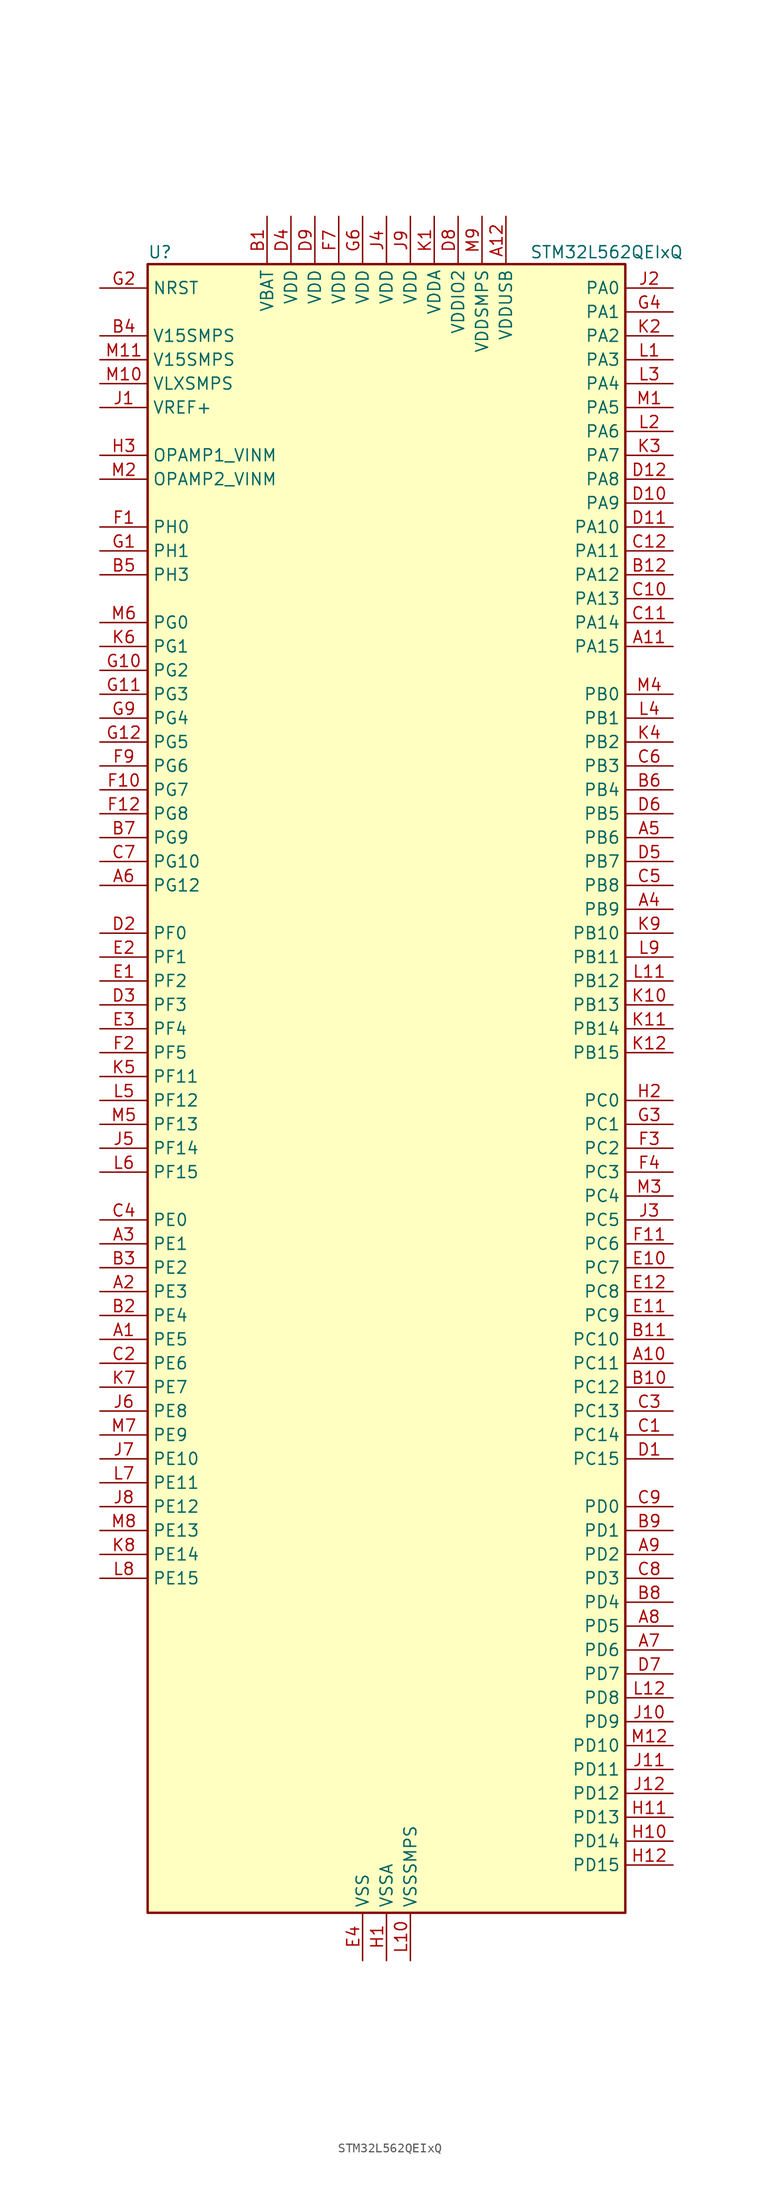
<source format=kicad_sym>
(kicad_symbol_lib
  (version 20231120)
  (generator "kicad_symbol_editor")
  (generator_version "8.0")
  (symbol "STM32L562QEIxQ"
    (property "Reference" "U"
      (at -25.4 90.17 0)
      (effects (font (size 1.27 1.27)) (justify left)))
    (property "Value" "STM32L562QEIxQ"
      (at 15.24 90.17 0)
      (effects (font (size 1.27 1.27)) (justify left)))
    (property "ki_locked" ""
      (at 0 0 0)
      (effects (font (size 1.27 1.27))))
    (symbol "STM32L562QEIxQ_0_1"
      (rectangle (start -25.4 -86.36) (end 25.4 88.9) (stroke (width 0.254) (type default)) (fill (type background))))
    (symbol "STM32L562QEIxQ_1_1"
      (pin bidirectional line (at -30.48 -25.4 0) (length 5.08) (name "PE5" (effects (font (size 1.27 1.27)))) (number "A1" (effects (font (size 1.27 1.27)))) (alternate "DEBUG_TRACED2" bidirectional line) (alternate "DFSDM1_CKIN3" bidirectional line) (alternate "FMC_A21" bidirectional line) (alternate "SAI1_CK2" bidirectional line) (alternate "SAI1_SCK_A" bidirectional line) (alternate "TIM3_CH3" bidirectional line) (alternate "TSC_G7_IO4" bidirectional line))
      (pin bidirectional line (at 30.48 -27.94 180) (length 5.08) (name "PC11" (effects (font (size 1.27 1.27)))) (number "A10" (effects (font (size 1.27 1.27)))) (alternate "ADC1_EXTI11" bidirectional line) (alternate "ADC2_EXTI11" bidirectional line) (alternate "LPTIM3_IN1" bidirectional line) (alternate "OCTOSPI1_NCS" bidirectional line) (alternate "SAI2_MCLK_B" bidirectional line) (alternate "SDMMC1_D3" bidirectional line) (alternate "SPI3_MISO" bidirectional line) (alternate "TSC_G3_IO3" bidirectional line) (alternate "UART4_RX" bidirectional line) (alternate "UCPD1_FRSTX2" bidirectional line) (alternate "USART3_RX" bidirectional line))
      (pin bidirectional line (at 30.48 48.26 180) (length 5.08) (name "PA15" (effects (font (size 1.27 1.27)))) (number "A11" (effects (font (size 1.27 1.27)))) (alternate "ADC1_EXTI15" bidirectional line) (alternate "ADC2_EXTI15" bidirectional line) (alternate "DEBUG_JTDI" bidirectional line) (alternate "SAI2_FS_B" bidirectional line) (alternate "SPI1_NSS" bidirectional line) (alternate "SPI3_NSS" bidirectional line) (alternate "TIM2_CH1" bidirectional line) (alternate "TIM2_ETR" bidirectional line) (alternate "UART4_DE" bidirectional line) (alternate "UART4_RTS" bidirectional line) (alternate "UCPD1_CC1" bidirectional line) (alternate "USART2_RX" bidirectional line) (alternate "USART3_DE" bidirectional line) (alternate "USART3_RTS" bidirectional line))
      (pin power_in line (at 12.7 93.98 270) (length 5.08) (name "VDDUSB" (effects (font (size 1.27 1.27)))) (number "A12" (effects (font (size 1.27 1.27)))))
      (pin bidirectional line (at -30.48 -20.32 0) (length 5.08) (name "PE3" (effects (font (size 1.27 1.27)))) (number "A2" (effects (font (size 1.27 1.27)))) (alternate "DEBUG_TRACED0" bidirectional line) (alternate "FMC_A19" bidirectional line) (alternate "OCTOSPI1_DQS" bidirectional line) (alternate "SAI1_SD_B" bidirectional line) (alternate "TIM3_CH1" bidirectional line) (alternate "TSC_G7_IO2" bidirectional line))
      (pin bidirectional line (at -30.48 -15.24 0) (length 5.08) (name "PE1" (effects (font (size 1.27 1.27)))) (number "A3" (effects (font (size 1.27 1.27)))) (alternate "FMC_NBL1" bidirectional line) (alternate "TIM17_CH1" bidirectional line))
      (pin bidirectional line (at 30.48 20.32 180) (length 5.08) (name "PB9" (effects (font (size 1.27 1.27)))) (number "A4" (effects (font (size 1.27 1.27)))) (alternate "DAC1_EXTI9" bidirectional line) (alternate "FDCAN1_TX" bidirectional line) (alternate "I2C1_SDA" bidirectional line) (alternate "IR_OUT" bidirectional line) (alternate "SAI1_D2" bidirectional line) (alternate "SAI1_FS_A" bidirectional line) (alternate "SDMMC1_CDIR" bidirectional line) (alternate "SDMMC1_D5" bidirectional line) (alternate "SPI2_NSS" bidirectional line) (alternate "TIM17_CH1" bidirectional line) (alternate "TIM4_CH4" bidirectional line))
      (pin bidirectional line (at 30.48 27.94 180) (length 5.08) (name "PB6" (effects (font (size 1.27 1.27)))) (number "A5" (effects (font (size 1.27 1.27)))) (alternate "COMP2_INP" bidirectional line) (alternate "I2C1_SCL" bidirectional line) (alternate "I2C4_SCL" bidirectional line) (alternate "LPTIM1_ETR" bidirectional line) (alternate "SAI1_FS_B" bidirectional line) (alternate "TIM16_CH1N" bidirectional line) (alternate "TIM4_CH1" bidirectional line) (alternate "TIM8_BKIN2" bidirectional line) (alternate "TSC_G2_IO3" bidirectional line) (alternate "USART1_TX" bidirectional line))
      (pin bidirectional line (at -30.48 22.86 0) (length 5.08) (name "PG12" (effects (font (size 1.27 1.27)))) (number "A6" (effects (font (size 1.27 1.27)))) (alternate "FMC_NE4" bidirectional line) (alternate "LPTIM1_ETR" bidirectional line) (alternate "SAI2_SD_A" bidirectional line) (alternate "SPI3_NSS" bidirectional line) (alternate "USART1_DE" bidirectional line) (alternate "USART1_RTS" bidirectional line))
      (pin bidirectional line (at 30.48 -58.42 180) (length 5.08) (name "PD6" (effects (font (size 1.27 1.27)))) (number "A7" (effects (font (size 1.27 1.27)))) (alternate "DFSDM1_DATIN1" bidirectional line) (alternate "FMC_NWAIT" bidirectional line) (alternate "OCTOSPI1_IO6" bidirectional line) (alternate "SAI1_D1" bidirectional line) (alternate "SAI1_SD_A" bidirectional line) (alternate "SPI3_MOSI" bidirectional line) (alternate "USART2_RX" bidirectional line))
      (pin bidirectional line (at 30.48 -55.88 180) (length 5.08) (name "PD5" (effects (font (size 1.27 1.27)))) (number "A8" (effects (font (size 1.27 1.27)))) (alternate "FMC_NWE" bidirectional line) (alternate "OCTOSPI1_IO5" bidirectional line) (alternate "USART2_TX" bidirectional line))
      (pin bidirectional line (at 30.48 -48.26 180) (length 5.08) (name "PD2" (effects (font (size 1.27 1.27)))) (number "A9" (effects (font (size 1.27 1.27)))) (alternate "DEBUG_TRACED2" bidirectional line) (alternate "SDMMC1_CMD" bidirectional line) (alternate "TIM3_ETR" bidirectional line) (alternate "TSC_SYNC" bidirectional line) (alternate "UART5_RX" bidirectional line) (alternate "USART3_DE" bidirectional line) (alternate "USART3_RTS" bidirectional line))
      (pin power_in line (at -12.7 93.98 270) (length 5.08) (name "VBAT" (effects (font (size 1.27 1.27)))) (number "B1" (effects (font (size 1.27 1.27)))))
      (pin bidirectional line (at 30.48 -30.48 180) (length 5.08) (name "PC12" (effects (font (size 1.27 1.27)))) (number "B10" (effects (font (size 1.27 1.27)))) (alternate "DEBUG_TRACED3" bidirectional line) (alternate "SAI2_SD_B" bidirectional line) (alternate "SDMMC1_CK" bidirectional line) (alternate "SPI3_MOSI" bidirectional line) (alternate "TSC_G3_IO4" bidirectional line) (alternate "UART5_TX" bidirectional line) (alternate "USART3_CK" bidirectional line))
      (pin bidirectional line (at 30.48 -25.4 180) (length 5.08) (name "PC10" (effects (font (size 1.27 1.27)))) (number "B11" (effects (font (size 1.27 1.27)))) (alternate "DEBUG_TRACED1" bidirectional line) (alternate "LPTIM3_ETR" bidirectional line) (alternate "SAI2_SCK_B" bidirectional line) (alternate "SDMMC1_D2" bidirectional line) (alternate "SPI3_SCK" bidirectional line) (alternate "TSC_G3_IO2" bidirectional line) (alternate "UART4_TX" bidirectional line) (alternate "USART3_TX" bidirectional line))
      (pin bidirectional line (at 30.48 55.88 180) (length 5.08) (name "PA12" (effects (font (size 1.27 1.27)))) (number "B12" (effects (font (size 1.27 1.27)))) (alternate "FDCAN1_TX" bidirectional line) (alternate "SPI1_MOSI" bidirectional line) (alternate "TIM1_ETR" bidirectional line) (alternate "USART1_DE" bidirectional line) (alternate "USART1_RTS" bidirectional line) (alternate "USB_DP" bidirectional line))
      (pin bidirectional line (at -30.48 -22.86 0) (length 5.08) (name "PE4" (effects (font (size 1.27 1.27)))) (number "B2" (effects (font (size 1.27 1.27)))) (alternate "DEBUG_TRACED1" bidirectional line) (alternate "DFSDM1_DATIN3" bidirectional line) (alternate "FMC_A20" bidirectional line) (alternate "SAI1_D2" bidirectional line) (alternate "SAI1_FS_A" bidirectional line) (alternate "TIM3_CH2" bidirectional line) (alternate "TSC_G7_IO3" bidirectional line))
      (pin bidirectional line (at -30.48 -17.78 0) (length 5.08) (name "PE2" (effects (font (size 1.27 1.27)))) (number "B3" (effects (font (size 1.27 1.27)))) (alternate "DEBUG_TRACECLK" bidirectional line) (alternate "FMC_A23" bidirectional line) (alternate "SAI1_CK1" bidirectional line) (alternate "SAI1_MCLK_A" bidirectional line) (alternate "TIM3_ETR" bidirectional line) (alternate "TSC_G7_IO1" bidirectional line))
      (pin power_in line (at -30.48 81.28 0) (length 5.08) (name "V15SMPS" (effects (font (size 1.27 1.27)))) (number "B4" (effects (font (size 1.27 1.27)))))
      (pin bidirectional line (at -30.48 55.88 0) (length 5.08) (name "PH3" (effects (font (size 1.27 1.27)))) (number "B5" (effects (font (size 1.27 1.27)))))
      (pin bidirectional line (at 30.48 33.02 180) (length 5.08) (name "PB4" (effects (font (size 1.27 1.27)))) (number "B6" (effects (font (size 1.27 1.27)))) (alternate "COMP2_INP" bidirectional line) (alternate "DEBUG_JTRST" bidirectional line) (alternate "I2C3_SDA" bidirectional line) (alternate "SAI1_MCLK_B" bidirectional line) (alternate "SPI1_MISO" bidirectional line) (alternate "SPI3_MISO" bidirectional line) (alternate "TIM17_BKIN" bidirectional line) (alternate "TIM3_CH1" bidirectional line) (alternate "TSC_G2_IO1" bidirectional line) (alternate "UART5_DE" bidirectional line) (alternate "UART5_RTS" bidirectional line) (alternate "USART1_CTS" bidirectional line) (alternate "USART1_NSS" bidirectional line))
      (pin bidirectional line (at -30.48 27.94 0) (length 5.08) (name "PG9" (effects (font (size 1.27 1.27)))) (number "B7" (effects (font (size 1.27 1.27)))) (alternate "DAC1_EXTI9" bidirectional line) (alternate "FMC_NCE" bidirectional line) (alternate "FMC_NE2" bidirectional line) (alternate "SAI2_SCK_A" bidirectional line) (alternate "SPI3_SCK" bidirectional line) (alternate "TIM15_CH1N" bidirectional line) (alternate "USART1_TX" bidirectional line))
      (pin bidirectional line (at 30.48 -53.34 180) (length 5.08) (name "PD4" (effects (font (size 1.27 1.27)))) (number "B8" (effects (font (size 1.27 1.27)))) (alternate "DFSDM1_CKIN0" bidirectional line) (alternate "FMC_NOE" bidirectional line) (alternate "OCTOSPI1_IO4" bidirectional line) (alternate "SPI2_MOSI" bidirectional line) (alternate "USART2_DE" bidirectional line) (alternate "USART2_RTS" bidirectional line))
      (pin bidirectional line (at 30.48 -45.72 180) (length 5.08) (name "PD1" (effects (font (size 1.27 1.27)))) (number "B9" (effects (font (size 1.27 1.27)))) (alternate "FDCAN1_TX" bidirectional line) (alternate "FMC_D3" bidirectional line) (alternate "FMC_DA3" bidirectional line) (alternate "SPI2_SCK" bidirectional line))
      (pin bidirectional line (at 30.48 -35.56 180) (length 5.08) (name "PC14" (effects (font (size 1.27 1.27)))) (number "C1" (effects (font (size 1.27 1.27)))) (alternate "RCC_OSC32_IN" bidirectional line))
      (pin bidirectional line (at 30.48 53.34 180) (length 5.08) (name "PA13" (effects (font (size 1.27 1.27)))) (number "C10" (effects (font (size 1.27 1.27)))) (alternate "DEBUG_JTMS-SWDIO" bidirectional line) (alternate "IR_OUT" bidirectional line) (alternate "SAI1_SD_B" bidirectional line) (alternate "USB_NOE" bidirectional line))
      (pin bidirectional line (at 30.48 50.8 180) (length 5.08) (name "PA14" (effects (font (size 1.27 1.27)))) (number "C11" (effects (font (size 1.27 1.27)))) (alternate "DEBUG_JTCK-SWCLK" bidirectional line) (alternate "I2C1_SMBA" bidirectional line) (alternate "I2C4_SMBA" bidirectional line) (alternate "LPTIM1_OUT" bidirectional line) (alternate "SAI1_FS_B" bidirectional line))
      (pin bidirectional line (at 30.48 58.42 180) (length 5.08) (name "PA11" (effects (font (size 1.27 1.27)))) (number "C12" (effects (font (size 1.27 1.27)))) (alternate "ADC1_EXTI11" bidirectional line) (alternate "ADC2_EXTI11" bidirectional line) (alternate "FDCAN1_RX" bidirectional line) (alternate "SPI1_MISO" bidirectional line) (alternate "TIM1_BKIN2" bidirectional line) (alternate "TIM1_CH4" bidirectional line) (alternate "USART1_CTS" bidirectional line) (alternate "USART1_NSS" bidirectional line) (alternate "USB_DM" bidirectional line))
      (pin bidirectional line (at -30.48 -27.94 0) (length 5.08) (name "PE6" (effects (font (size 1.27 1.27)))) (number "C2" (effects (font (size 1.27 1.27)))) (alternate "DEBUG_TRACED3" bidirectional line) (alternate "FMC_A22" bidirectional line) (alternate "PWR_WKUP3" bidirectional line) (alternate "SAI1_D1" bidirectional line) (alternate "SAI1_SD_A" bidirectional line) (alternate "TAMP_IN3" bidirectional line) (alternate "TAMP_OUT6" bidirectional line) (alternate "TIM3_CH4" bidirectional line))
      (pin bidirectional line (at 30.48 -33.02 180) (length 5.08) (name "PC13" (effects (font (size 1.27 1.27)))) (number "C3" (effects (font (size 1.27 1.27)))) (alternate "PWR_WKUP2" bidirectional line) (alternate "RTC_OUT1" bidirectional line) (alternate "RTC_TS" bidirectional line) (alternate "TAMP_IN1" bidirectional line) (alternate "TAMP_OUT2" bidirectional line))
      (pin bidirectional line (at -30.48 -12.7 0) (length 5.08) (name "PE0" (effects (font (size 1.27 1.27)))) (number "C4" (effects (font (size 1.27 1.27)))) (alternate "FMC_NBL0" bidirectional line) (alternate "TIM16_CH1" bidirectional line) (alternate "TIM4_ETR" bidirectional line))
      (pin bidirectional line (at 30.48 22.86 180) (length 5.08) (name "PB8" (effects (font (size 1.27 1.27)))) (number "C5" (effects (font (size 1.27 1.27)))) (alternate "DFSDM1_CKOUT" bidirectional line) (alternate "FDCAN1_RX" bidirectional line) (alternate "I2C1_SCL" bidirectional line) (alternate "SAI1_CK1" bidirectional line) (alternate "SAI1_MCLK_A" bidirectional line) (alternate "SDMMC1_CKIN" bidirectional line) (alternate "SDMMC1_D4" bidirectional line) (alternate "TIM16_CH1" bidirectional line) (alternate "TIM4_CH3" bidirectional line))
      (pin bidirectional line (at 30.48 35.56 180) (length 5.08) (name "PB3" (effects (font (size 1.27 1.27)))) (number "C6" (effects (font (size 1.27 1.27)))) (alternate "COMP2_INM" bidirectional line) (alternate "CRS_SYNC" bidirectional line) (alternate "DEBUG_JTDO-SWO" bidirectional line) (alternate "SAI1_SCK_B" bidirectional line) (alternate "SPI1_SCK" bidirectional line) (alternate "SPI3_SCK" bidirectional line) (alternate "TIM2_CH2" bidirectional line) (alternate "USART1_DE" bidirectional line) (alternate "USART1_RTS" bidirectional line))
      (pin bidirectional line (at -30.48 25.4 0) (length 5.08) (name "PG10" (effects (font (size 1.27 1.27)))) (number "C7" (effects (font (size 1.27 1.27)))) (alternate "FMC_NE3" bidirectional line) (alternate "LPTIM1_IN1" bidirectional line) (alternate "SAI2_FS_A" bidirectional line) (alternate "SPI3_MISO" bidirectional line) (alternate "TIM15_CH1" bidirectional line) (alternate "USART1_RX" bidirectional line))
      (pin bidirectional line (at 30.48 -50.8 180) (length 5.08) (name "PD3" (effects (font (size 1.27 1.27)))) (number "C8" (effects (font (size 1.27 1.27)))) (alternate "DFSDM1_DATIN0" bidirectional line) (alternate "FMC_CLK" bidirectional line) (alternate "SPI2_MISO" bidirectional line) (alternate "SPI2_SCK" bidirectional line) (alternate "USART2_CTS" bidirectional line) (alternate "USART2_NSS" bidirectional line))
      (pin bidirectional line (at 30.48 -43.18 180) (length 5.08) (name "PD0" (effects (font (size 1.27 1.27)))) (number "C9" (effects (font (size 1.27 1.27)))) (alternate "FDCAN1_RX" bidirectional line) (alternate "FMC_D2" bidirectional line) (alternate "FMC_DA2" bidirectional line) (alternate "SPI2_NSS" bidirectional line))
      (pin bidirectional line (at 30.48 -38.1 180) (length 5.08) (name "PC15" (effects (font (size 1.27 1.27)))) (number "D1" (effects (font (size 1.27 1.27)))) (alternate "ADC1_EXTI15" bidirectional line) (alternate "ADC2_EXTI15" bidirectional line) (alternate "RCC_OSC32_OUT" bidirectional line))
      (pin bidirectional line (at 30.48 63.5 180) (length 5.08) (name "PA9" (effects (font (size 1.27 1.27)))) (number "D10" (effects (font (size 1.27 1.27)))) (alternate "DAC1_EXTI9" bidirectional line) (alternate "SAI1_FS_A" bidirectional line) (alternate "SPI2_SCK" bidirectional line) (alternate "TIM15_BKIN" bidirectional line) (alternate "TIM1_CH2" bidirectional line) (alternate "USART1_TX" bidirectional line))
      (pin bidirectional line (at 30.48 60.96 180) (length 5.08) (name "PA10" (effects (font (size 1.27 1.27)))) (number "D11" (effects (font (size 1.27 1.27)))) (alternate "CRS_SYNC" bidirectional line) (alternate "SAI1_D1" bidirectional line) (alternate "SAI1_SD_A" bidirectional line) (alternate "TIM17_BKIN" bidirectional line) (alternate "TIM1_CH3" bidirectional line) (alternate "USART1_RX" bidirectional line))
      (pin bidirectional line (at 30.48 66.04 180) (length 5.08) (name "PA8" (effects (font (size 1.27 1.27)))) (number "D12" (effects (font (size 1.27 1.27)))) (alternate "LPTIM2_OUT" bidirectional line) (alternate "RCC_MCO" bidirectional line) (alternate "SAI1_CK2" bidirectional line) (alternate "SAI1_SCK_A" bidirectional line) (alternate "TIM1_CH1" bidirectional line) (alternate "USART1_CK" bidirectional line))
      (pin bidirectional line (at -30.48 17.78 0) (length 5.08) (name "PF0" (effects (font (size 1.27 1.27)))) (number "D2" (effects (font (size 1.27 1.27)))) (alternate "FMC_A0" bidirectional line) (alternate "I2C2_SDA" bidirectional line))
      (pin bidirectional line (at -30.48 10.16 0) (length 5.08) (name "PF3" (effects (font (size 1.27 1.27)))) (number "D3" (effects (font (size 1.27 1.27)))) (alternate "FMC_A3" bidirectional line) (alternate "LPTIM3_IN1" bidirectional line))
      (pin power_in line (at -10.16 93.98 270) (length 5.08) (name "VDD" (effects (font (size 1.27 1.27)))) (number "D4" (effects (font (size 1.27 1.27)))))
      (pin bidirectional line (at 30.48 25.4 180) (length 5.08) (name "PB7" (effects (font (size 1.27 1.27)))) (number "D5" (effects (font (size 1.27 1.27)))) (alternate "COMP2_INM" bidirectional line) (alternate "FMC_NL" bidirectional line) (alternate "I2C1_SDA" bidirectional line) (alternate "I2C4_SDA" bidirectional line) (alternate "LPTIM1_IN2" bidirectional line) (alternate "PWR_PVD_IN" bidirectional line) (alternate "TIM17_CH1N" bidirectional line) (alternate "TIM4_CH2" bidirectional line) (alternate "TIM8_BKIN" bidirectional line) (alternate "TSC_G2_IO4" bidirectional line) (alternate "UART4_CTS" bidirectional line) (alternate "USART1_RX" bidirectional line))
      (pin bidirectional line (at 30.48 30.48 180) (length 5.08) (name "PB5" (effects (font (size 1.27 1.27)))) (number "D6" (effects (font (size 1.27 1.27)))) (alternate "COMP2_OUT" bidirectional line) (alternate "I2C1_SMBA" bidirectional line) (alternate "LPTIM1_IN1" bidirectional line) (alternate "OCTOSPI1_NCLK" bidirectional line) (alternate "SAI1_SD_B" bidirectional line) (alternate "SPI1_MOSI" bidirectional line) (alternate "SPI3_MOSI" bidirectional line) (alternate "TIM16_BKIN" bidirectional line) (alternate "TIM3_CH2" bidirectional line) (alternate "TSC_G2_IO2" bidirectional line) (alternate "UART5_CTS" bidirectional line) (alternate "UCPD1_DBCC1" bidirectional line) (alternate "USART1_CK" bidirectional line))
      (pin bidirectional line (at 30.48 -60.96 180) (length 5.08) (name "PD7" (effects (font (size 1.27 1.27)))) (number "D7" (effects (font (size 1.27 1.27)))) (alternate "DFSDM1_CKIN1" bidirectional line) (alternate "FMC_NCE" bidirectional line) (alternate "FMC_NE1" bidirectional line) (alternate "OCTOSPI1_IO7" bidirectional line) (alternate "USART2_CK" bidirectional line))
      (pin power_in line (at 7.62 93.98 270) (length 5.08) (name "VDDIO2" (effects (font (size 1.27 1.27)))) (number "D8" (effects (font (size 1.27 1.27)))))
      (pin power_in line (at -7.62 93.98 270) (length 5.08) (name "VDD" (effects (font (size 1.27 1.27)))) (number "D9" (effects (font (size 1.27 1.27)))))
      (pin bidirectional line (at -30.48 12.7 0) (length 5.08) (name "PF2" (effects (font (size 1.27 1.27)))) (number "E1" (effects (font (size 1.27 1.27)))) (alternate "FMC_A2" bidirectional line) (alternate "I2C2_SMBA" bidirectional line))
      (pin bidirectional line (at 30.48 -17.78 180) (length 5.08) (name "PC7" (effects (font (size 1.27 1.27)))) (number "E10" (effects (font (size 1.27 1.27)))) (alternate "DFSDM1_DATIN3" bidirectional line) (alternate "SAI2_MCLK_B" bidirectional line) (alternate "SDMMC1_D123DIR" bidirectional line) (alternate "SDMMC1_D7" bidirectional line) (alternate "TIM3_CH2" bidirectional line) (alternate "TIM8_CH2" bidirectional line) (alternate "TSC_G4_IO2" bidirectional line))
      (pin bidirectional line (at 30.48 -22.86 180) (length 5.08) (name "PC9" (effects (font (size 1.27 1.27)))) (number "E11" (effects (font (size 1.27 1.27)))) (alternate "DAC1_EXTI9" bidirectional line) (alternate "DEBUG_TRACED0" bidirectional line) (alternate "SAI2_EXTCLK" bidirectional line) (alternate "SDMMC1_D1" bidirectional line) (alternate "TIM3_CH4" bidirectional line) (alternate "TIM8_BKIN2" bidirectional line) (alternate "TIM8_CH4" bidirectional line) (alternate "TSC_G4_IO4" bidirectional line) (alternate "USB_NOE" bidirectional line))
      (pin bidirectional line (at 30.48 -20.32 180) (length 5.08) (name "PC8" (effects (font (size 1.27 1.27)))) (number "E12" (effects (font (size 1.27 1.27)))) (alternate "SDMMC1_D0" bidirectional line) (alternate "TIM3_CH3" bidirectional line) (alternate "TIM8_CH3" bidirectional line) (alternate "TSC_G4_IO3" bidirectional line))
      (pin bidirectional line (at -30.48 15.24 0) (length 5.08) (name "PF1" (effects (font (size 1.27 1.27)))) (number "E2" (effects (font (size 1.27 1.27)))) (alternate "FMC_A1" bidirectional line) (alternate "I2C2_SCL" bidirectional line))
      (pin bidirectional line (at -30.48 7.62 0) (length 5.08) (name "PF4" (effects (font (size 1.27 1.27)))) (number "E3" (effects (font (size 1.27 1.27)))) (alternate "FMC_A4" bidirectional line) (alternate "LPTIM3_ETR" bidirectional line))
      (pin power_in line (at -2.54 -91.44 90) (length 5.08) (name "VSS" (effects (font (size 1.27 1.27)))) (number "E4" (effects (font (size 1.27 1.27)))))
      (pin passive line (at -2.54 -91.44 90) (length 5.08) hide (name "VSS" (effects (font (size 1.27 1.27)))) (number "E9" (effects (font (size 1.27 1.27)))))
      (pin bidirectional line (at -30.48 60.96 0) (length 5.08) (name "PH0" (effects (font (size 1.27 1.27)))) (number "F1" (effects (font (size 1.27 1.27)))) (alternate "RCC_OSC_IN" bidirectional line))
      (pin bidirectional line (at -30.48 33.02 0) (length 5.08) (name "PG7" (effects (font (size 1.27 1.27)))) (number "F10" (effects (font (size 1.27 1.27)))) (alternate "DFSDM1_CKOUT" bidirectional line) (alternate "FMC_INT" bidirectional line) (alternate "I2C3_SCL" bidirectional line) (alternate "LPUART1_TX" bidirectional line) (alternate "SAI1_CK1" bidirectional line) (alternate "SAI1_MCLK_A" bidirectional line) (alternate "UCPD1_FRSTX2" bidirectional line))
      (pin bidirectional line (at 30.48 -15.24 180) (length 5.08) (name "PC6" (effects (font (size 1.27 1.27)))) (number "F11" (effects (font (size 1.27 1.27)))) (alternate "DFSDM1_CKIN3" bidirectional line) (alternate "SAI2_MCLK_A" bidirectional line) (alternate "SDMMC1_D0DIR" bidirectional line) (alternate "SDMMC1_D6" bidirectional line) (alternate "TIM3_CH1" bidirectional line) (alternate "TIM8_CH1" bidirectional line) (alternate "TSC_G4_IO1" bidirectional line))
      (pin bidirectional line (at -30.48 30.48 0) (length 5.08) (name "PG8" (effects (font (size 1.27 1.27)))) (number "F12" (effects (font (size 1.27 1.27)))) (alternate "I2C3_SDA" bidirectional line) (alternate "LPUART1_RX" bidirectional line))
      (pin bidirectional line (at -30.48 5.08 0) (length 5.08) (name "PF5" (effects (font (size 1.27 1.27)))) (number "F2" (effects (font (size 1.27 1.27)))) (alternate "FMC_A5" bidirectional line) (alternate "LPTIM3_OUT" bidirectional line))
      (pin bidirectional line (at 30.48 -5.08 180) (length 5.08) (name "PC2" (effects (font (size 1.27 1.27)))) (number "F3" (effects (font (size 1.27 1.27)))) (alternate "ADC1_IN3" bidirectional line) (alternate "ADC2_IN3" bidirectional line) (alternate "DFSDM1_CKOUT" bidirectional line) (alternate "LPTIM1_IN2" bidirectional line) (alternate "OCTOSPI1_IO5" bidirectional line) (alternate "SPI2_MISO" bidirectional line))
      (pin bidirectional line (at 30.48 -7.62 180) (length 5.08) (name "PC3" (effects (font (size 1.27 1.27)))) (number "F4" (effects (font (size 1.27 1.27)))) (alternate "ADC1_IN4" bidirectional line) (alternate "ADC2_IN4" bidirectional line) (alternate "LPTIM1_ETR" bidirectional line) (alternate "LPTIM2_ETR" bidirectional line) (alternate "LPTIM3_OUT" bidirectional line) (alternate "OCTOSPI1_IO6" bidirectional line) (alternate "SAI1_D1" bidirectional line) (alternate "SAI1_SD_A" bidirectional line) (alternate "SPI2_MOSI" bidirectional line))
      (pin passive line (at -2.54 -91.44 90) (length 5.08) hide (name "VSS" (effects (font (size 1.27 1.27)))) (number "F6" (effects (font (size 1.27 1.27)))))
      (pin power_in line (at -5.08 93.98 270) (length 5.08) (name "VDD" (effects (font (size 1.27 1.27)))) (number "F7" (effects (font (size 1.27 1.27)))))
      (pin bidirectional line (at -30.48 35.56 0) (length 5.08) (name "PG6" (effects (font (size 1.27 1.27)))) (number "F9" (effects (font (size 1.27 1.27)))) (alternate "I2C3_SMBA" bidirectional line) (alternate "LPUART1_DE" bidirectional line) (alternate "LPUART1_RTS" bidirectional line) (alternate "OCTOSPI1_DQS" bidirectional line) (alternate "UCPD1_FRSTX1" bidirectional line))
      (pin bidirectional line (at -30.48 58.42 0) (length 5.08) (name "PH1" (effects (font (size 1.27 1.27)))) (number "G1" (effects (font (size 1.27 1.27)))) (alternate "RCC_OSC_OUT" bidirectional line))
      (pin bidirectional line (at -30.48 45.72 0) (length 5.08) (name "PG2" (effects (font (size 1.27 1.27)))) (number "G10" (effects (font (size 1.27 1.27)))) (alternate "FMC_A12" bidirectional line) (alternate "SAI2_SCK_B" bidirectional line) (alternate "SPI1_SCK" bidirectional line))
      (pin bidirectional line (at -30.48 43.18 0) (length 5.08) (name "PG3" (effects (font (size 1.27 1.27)))) (number "G11" (effects (font (size 1.27 1.27)))) (alternate "FMC_A13" bidirectional line) (alternate "SAI2_FS_B" bidirectional line) (alternate "SPI1_MISO" bidirectional line))
      (pin bidirectional line (at -30.48 38.1 0) (length 5.08) (name "PG5" (effects (font (size 1.27 1.27)))) (number "G12" (effects (font (size 1.27 1.27)))) (alternate "FMC_A15" bidirectional line) (alternate "LPUART1_CTS" bidirectional line) (alternate "SAI2_SD_B" bidirectional line) (alternate "SPI1_NSS" bidirectional line))
      (pin input line (at -30.48 86.36 0) (length 5.08) (name "NRST" (effects (font (size 1.27 1.27)))) (number "G2" (effects (font (size 1.27 1.27)))))
      (pin bidirectional line (at 30.48 -2.54 180) (length 5.08) (name "PC1" (effects (font (size 1.27 1.27)))) (number "G3" (effects (font (size 1.27 1.27)))) (alternate "ADC1_IN2" bidirectional line) (alternate "ADC2_IN2" bidirectional line) (alternate "DEBUG_TRACED0" bidirectional line) (alternate "I2C3_SDA" bidirectional line) (alternate "LPTIM1_OUT" bidirectional line) (alternate "LPUART1_TX" bidirectional line) (alternate "OCTOSPI1_IO4" bidirectional line) (alternate "SAI1_SD_A" bidirectional line) (alternate "SPI2_MOSI" bidirectional line))
      (pin bidirectional line (at 30.48 83.82 180) (length 5.08) (name "PA1" (effects (font (size 1.27 1.27)))) (number "G4" (effects (font (size 1.27 1.27)))) (alternate "ADC1_IN6" bidirectional line) (alternate "ADC2_IN6" bidirectional line) (alternate "I2C1_SMBA" bidirectional line) (alternate "OCTOSPI1_DQS" bidirectional line) (alternate "OPAMP1_VINM" bidirectional line) (alternate "SPI1_SCK" bidirectional line) (alternate "TAMP_IN5" bidirectional line) (alternate "TAMP_OUT4" bidirectional line) (alternate "TIM15_CH1N" bidirectional line) (alternate "TIM2_CH2" bidirectional line) (alternate "TIM5_CH2" bidirectional line) (alternate "UART4_RX" bidirectional line) (alternate "USART2_DE" bidirectional line) (alternate "USART2_RTS" bidirectional line))
      (pin power_in line (at -2.54 93.98 270) (length 5.08) (name "VDD" (effects (font (size 1.27 1.27)))) (number "G6" (effects (font (size 1.27 1.27)))))
      (pin passive line (at -2.54 -91.44 90) (length 5.08) hide (name "VSS" (effects (font (size 1.27 1.27)))) (number "G7" (effects (font (size 1.27 1.27)))))
      (pin bidirectional line (at -30.48 40.64 0) (length 5.08) (name "PG4" (effects (font (size 1.27 1.27)))) (number "G9" (effects (font (size 1.27 1.27)))) (alternate "FMC_A14" bidirectional line) (alternate "SAI2_MCLK_B" bidirectional line) (alternate "SPI1_MOSI" bidirectional line))
      (pin power_in line (at 0 -91.44 90) (length 5.08) (name "VSSA" (effects (font (size 1.27 1.27)))) (number "H1" (effects (font (size 1.27 1.27)))))
      (pin bidirectional line (at 30.48 -78.74 180) (length 5.08) (name "PD14" (effects (font (size 1.27 1.27)))) (number "H10" (effects (font (size 1.27 1.27)))) (alternate "FMC_D0" bidirectional line) (alternate "FMC_DA0" bidirectional line) (alternate "TIM4_CH3" bidirectional line))
      (pin bidirectional line (at 30.48 -76.2 180) (length 5.08) (name "PD13" (effects (font (size 1.27 1.27)))) (number "H11" (effects (font (size 1.27 1.27)))) (alternate "FMC_A18" bidirectional line) (alternate "I2C4_SDA" bidirectional line) (alternate "LPTIM2_OUT" bidirectional line) (alternate "TIM4_CH2" bidirectional line) (alternate "TSC_G6_IO4" bidirectional line))
      (pin bidirectional line (at 30.48 -81.28 180) (length 5.08) (name "PD15" (effects (font (size 1.27 1.27)))) (number "H12" (effects (font (size 1.27 1.27)))) (alternate "ADC1_EXTI15" bidirectional line) (alternate "ADC2_EXTI15" bidirectional line) (alternate "FMC_D1" bidirectional line) (alternate "FMC_DA1" bidirectional line) (alternate "TIM4_CH4" bidirectional line))
      (pin bidirectional line (at 30.48 0 180) (length 5.08) (name "PC0" (effects (font (size 1.27 1.27)))) (number "H2" (effects (font (size 1.27 1.27)))) (alternate "ADC1_IN1" bidirectional line) (alternate "ADC2_IN1" bidirectional line) (alternate "I2C3_SCL" bidirectional line) (alternate "LPTIM1_IN1" bidirectional line) (alternate "LPTIM2_IN1" bidirectional line) (alternate "LPUART1_RX" bidirectional line) (alternate "OCTOSPI1_IO7" bidirectional line) (alternate "SAI2_FS_A" bidirectional line) (alternate "SDMMC1_D5" bidirectional line))
      (pin bidirectional line (at -30.48 68.58 0) (length 5.08) (name "OPAMP1_VINM" (effects (font (size 1.27 1.27)))) (number "H3" (effects (font (size 1.27 1.27)))) (alternate "OPAMP1_VINM" bidirectional line))
      (pin passive line (at -2.54 -91.44 90) (length 5.08) hide (name "VSS" (effects (font (size 1.27 1.27)))) (number "H4" (effects (font (size 1.27 1.27)))))
      (pin passive line (at -2.54 -91.44 90) (length 5.08) hide (name "VSS" (effects (font (size 1.27 1.27)))) (number "H9" (effects (font (size 1.27 1.27)))))
      (pin input line (at -30.48 73.66 0) (length 5.08) (name "VREF+" (effects (font (size 1.27 1.27)))) (number "J1" (effects (font (size 1.27 1.27)))) (alternate "VREFBUF_OUT" bidirectional line))
      (pin bidirectional line (at 30.48 -66.04 180) (length 5.08) (name "PD9" (effects (font (size 1.27 1.27)))) (number "J10" (effects (font (size 1.27 1.27)))) (alternate "DAC1_EXTI9" bidirectional line) (alternate "FMC_D14" bidirectional line) (alternate "FMC_DA14" bidirectional line) (alternate "SAI2_MCLK_A" bidirectional line) (alternate "USART3_RX" bidirectional line))
      (pin bidirectional line (at 30.48 -71.12 180) (length 5.08) (name "PD11" (effects (font (size 1.27 1.27)))) (number "J11" (effects (font (size 1.27 1.27)))) (alternate "ADC1_EXTI11" bidirectional line) (alternate "ADC2_EXTI11" bidirectional line) (alternate "FMC_A16" bidirectional line) (alternate "FMC_CLE" bidirectional line) (alternate "I2C4_SMBA" bidirectional line) (alternate "LPTIM2_ETR" bidirectional line) (alternate "SAI2_SD_A" bidirectional line) (alternate "TSC_G6_IO2" bidirectional line) (alternate "USART3_CTS" bidirectional line) (alternate "USART3_NSS" bidirectional line))
      (pin bidirectional line (at 30.48 -73.66 180) (length 5.08) (name "PD12" (effects (font (size 1.27 1.27)))) (number "J12" (effects (font (size 1.27 1.27)))) (alternate "FMC_A17" bidirectional line) (alternate "FMC_ALE" bidirectional line) (alternate "I2C4_SCL" bidirectional line) (alternate "LPTIM2_IN1" bidirectional line) (alternate "SAI2_FS_A" bidirectional line) (alternate "TIM4_CH1" bidirectional line) (alternate "TSC_G6_IO3" bidirectional line) (alternate "USART3_DE" bidirectional line) (alternate "USART3_RTS" bidirectional line))
      (pin bidirectional line (at 30.48 86.36 180) (length 5.08) (name "PA0" (effects (font (size 1.27 1.27)))) (number "J2" (effects (font (size 1.27 1.27)))) (alternate "ADC1_IN5" bidirectional line) (alternate "ADC2_IN5" bidirectional line) (alternate "OPAMP1_VINP" bidirectional line) (alternate "PWR_WKUP1" bidirectional line) (alternate "SAI1_EXTCLK" bidirectional line) (alternate "TAMP_IN2" bidirectional line) (alternate "TAMP_OUT1" bidirectional line) (alternate "TIM2_CH1" bidirectional line) (alternate "TIM2_ETR" bidirectional line) (alternate "TIM5_CH1" bidirectional line) (alternate "TIM8_ETR" bidirectional line) (alternate "UART4_TX" bidirectional line) (alternate "USART2_CTS" bidirectional line) (alternate "USART2_NSS" bidirectional line))
      (pin bidirectional line (at 30.48 -12.7 180) (length 5.08) (name "PC5" (effects (font (size 1.27 1.27)))) (number "J3" (effects (font (size 1.27 1.27)))) (alternate "ADC1_IN14" bidirectional line) (alternate "ADC2_IN14" bidirectional line) (alternate "COMP1_INP" bidirectional line) (alternate "PWR_WKUP5" bidirectional line) (alternate "SAI1_D3" bidirectional line) (alternate "TAMP_IN4" bidirectional line) (alternate "TAMP_OUT5" bidirectional line) (alternate "USART3_RX" bidirectional line))
      (pin power_in line (at 0 93.98 270) (length 5.08) (name "VDD" (effects (font (size 1.27 1.27)))) (number "J4" (effects (font (size 1.27 1.27)))))
      (pin bidirectional line (at -30.48 -5.08 0) (length 5.08) (name "PF14" (effects (font (size 1.27 1.27)))) (number "J5" (effects (font (size 1.27 1.27)))) (alternate "FMC_A8" bidirectional line) (alternate "I2C4_SCL" bidirectional line) (alternate "TSC_G8_IO1" bidirectional line))
      (pin bidirectional line (at -30.48 -33.02 0) (length 5.08) (name "PE8" (effects (font (size 1.27 1.27)))) (number "J6" (effects (font (size 1.27 1.27)))) (alternate "DFSDM1_CKIN2" bidirectional line) (alternate "FMC_D5" bidirectional line) (alternate "FMC_DA5" bidirectional line) (alternate "SAI1_SCK_B" bidirectional line) (alternate "TIM1_CH1N" bidirectional line))
      (pin bidirectional line (at -30.48 -38.1 0) (length 5.08) (name "PE10" (effects (font (size 1.27 1.27)))) (number "J7" (effects (font (size 1.27 1.27)))) (alternate "FMC_D7" bidirectional line) (alternate "FMC_DA7" bidirectional line) (alternate "OCTOSPI1_CLK" bidirectional line) (alternate "SAI1_MCLK_B" bidirectional line) (alternate "TIM1_CH2N" bidirectional line) (alternate "TSC_G5_IO1" bidirectional line))
      (pin bidirectional line (at -30.48 -43.18 0) (length 5.08) (name "PE12" (effects (font (size 1.27 1.27)))) (number "J8" (effects (font (size 1.27 1.27)))) (alternate "FMC_D9" bidirectional line) (alternate "FMC_DA9" bidirectional line) (alternate "OCTOSPI1_IO0" bidirectional line) (alternate "SPI1_NSS" bidirectional line) (alternate "TIM1_CH3N" bidirectional line) (alternate "TSC_G5_IO3" bidirectional line))
      (pin power_in line (at 2.54 93.98 270) (length 5.08) (name "VDD" (effects (font (size 1.27 1.27)))) (number "J9" (effects (font (size 1.27 1.27)))))
      (pin power_in line (at 5.08 93.98 270) (length 5.08) (name "VDDA" (effects (font (size 1.27 1.27)))) (number "K1" (effects (font (size 1.27 1.27)))))
      (pin bidirectional line (at 30.48 10.16 180) (length 5.08) (name "PB13" (effects (font (size 1.27 1.27)))) (number "K10" (effects (font (size 1.27 1.27)))) (alternate "DFSDM1_CKIN1" bidirectional line) (alternate "I2C2_SCL" bidirectional line) (alternate "LPTIM3_IN1" bidirectional line) (alternate "LPUART1_CTS" bidirectional line) (alternate "SAI2_SCK_A" bidirectional line) (alternate "SPI2_SCK" bidirectional line) (alternate "TIM15_CH1N" bidirectional line) (alternate "TIM1_CH1N" bidirectional line) (alternate "TSC_G1_IO2" bidirectional line) (alternate "UCPD1_FRSTX2" bidirectional line) (alternate "USART3_CTS" bidirectional line) (alternate "USART3_NSS" bidirectional line))
      (pin bidirectional line (at 30.48 7.62 180) (length 5.08) (name "PB14" (effects (font (size 1.27 1.27)))) (number "K11" (effects (font (size 1.27 1.27)))) (alternate "DFSDM1_DATIN2" bidirectional line) (alternate "I2C2_SDA" bidirectional line) (alternate "LPTIM3_ETR" bidirectional line) (alternate "SAI2_MCLK_A" bidirectional line) (alternate "SPI2_MISO" bidirectional line) (alternate "TIM15_CH1" bidirectional line) (alternate "TIM1_CH2N" bidirectional line) (alternate "TIM8_CH2N" bidirectional line) (alternate "TSC_G1_IO3" bidirectional line) (alternate "UCPD1_DBCC2" bidirectional line) (alternate "USART3_DE" bidirectional line) (alternate "USART3_RTS" bidirectional line))
      (pin bidirectional line (at 30.48 5.08 180) (length 5.08) (name "PB15" (effects (font (size 1.27 1.27)))) (number "K12" (effects (font (size 1.27 1.27)))) (alternate "ADC1_EXTI15" bidirectional line) (alternate "ADC2_EXTI15" bidirectional line) (alternate "DFSDM1_CKIN2" bidirectional line) (alternate "RTC_REFIN" bidirectional line) (alternate "SAI2_SD_A" bidirectional line) (alternate "SPI2_MOSI" bidirectional line) (alternate "TIM15_CH2" bidirectional line) (alternate "TIM1_CH3N" bidirectional line) (alternate "TIM8_CH3N" bidirectional line) (alternate "UCPD1_CC2" bidirectional line))
      (pin bidirectional line (at 30.48 81.28 180) (length 5.08) (name "PA2" (effects (font (size 1.27 1.27)))) (number "K2" (effects (font (size 1.27 1.27)))) (alternate "ADC1_IN7" bidirectional line) (alternate "ADC2_IN7" bidirectional line) (alternate "COMP1_INP" bidirectional line) (alternate "LPUART1_TX" bidirectional line) (alternate "OCTOSPI1_NCS" bidirectional line) (alternate "PWR_WKUP4" bidirectional line) (alternate "RCC_LSCO" bidirectional line) (alternate "SAI2_EXTCLK" bidirectional line) (alternate "TIM15_CH1" bidirectional line) (alternate "TIM2_CH3" bidirectional line) (alternate "TIM5_CH3" bidirectional line) (alternate "UCPD1_FRSTX1" bidirectional line) (alternate "USART2_TX" bidirectional line))
      (pin bidirectional line (at 30.48 68.58 180) (length 5.08) (name "PA7" (effects (font (size 1.27 1.27)))) (number "K3" (effects (font (size 1.27 1.27)))) (alternate "ADC1_IN12" bidirectional line) (alternate "ADC2_IN12" bidirectional line) (alternate "I2C3_SCL" bidirectional line) (alternate "OCTOSPI1_IO2" bidirectional line) (alternate "OPAMP2_VINM" bidirectional line) (alternate "SPI1_MOSI" bidirectional line) (alternate "TIM17_CH1" bidirectional line) (alternate "TIM1_CH1N" bidirectional line) (alternate "TIM3_CH2" bidirectional line) (alternate "TIM8_CH1N" bidirectional line))
      (pin bidirectional line (at 30.48 38.1 180) (length 5.08) (name "PB2" (effects (font (size 1.27 1.27)))) (number "K4" (effects (font (size 1.27 1.27)))) (alternate "COMP1_INP" bidirectional line) (alternate "DFSDM1_CKIN0" bidirectional line) (alternate "I2C3_SMBA" bidirectional line) (alternate "LPTIM1_OUT" bidirectional line) (alternate "OCTOSPI1_DQS" bidirectional line) (alternate "RTC_OUT2" bidirectional line) (alternate "UCPD1_FRSTX1" bidirectional line))
      (pin bidirectional line (at -30.48 2.54 0) (length 5.08) (name "PF11" (effects (font (size 1.27 1.27)))) (number "K5" (effects (font (size 1.27 1.27)))) (alternate "ADC1_EXTI11" bidirectional line) (alternate "ADC2_EXTI11" bidirectional line) (alternate "OCTOSPI1_NCLK" bidirectional line))
      (pin bidirectional line (at -30.48 48.26 0) (length 5.08) (name "PG1" (effects (font (size 1.27 1.27)))) (number "K6" (effects (font (size 1.27 1.27)))) (alternate "FMC_A11" bidirectional line) (alternate "TSC_G8_IO4" bidirectional line))
      (pin bidirectional line (at -30.48 -30.48 0) (length 5.08) (name "PE7" (effects (font (size 1.27 1.27)))) (number "K7" (effects (font (size 1.27 1.27)))) (alternate "DFSDM1_DATIN2" bidirectional line) (alternate "FMC_D4" bidirectional line) (alternate "FMC_DA4" bidirectional line) (alternate "SAI1_SD_B" bidirectional line) (alternate "TIM1_ETR" bidirectional line))
      (pin bidirectional line (at -30.48 -48.26 0) (length 5.08) (name "PE14" (effects (font (size 1.27 1.27)))) (number "K8" (effects (font (size 1.27 1.27)))) (alternate "FMC_D11" bidirectional line) (alternate "FMC_DA11" bidirectional line) (alternate "OCTOSPI1_IO2" bidirectional line) (alternate "SPI1_MISO" bidirectional line) (alternate "TIM1_BKIN2" bidirectional line) (alternate "TIM1_CH4" bidirectional line))
      (pin bidirectional line (at 30.48 17.78 180) (length 5.08) (name "PB10" (effects (font (size 1.27 1.27)))) (number "K9" (effects (font (size 1.27 1.27)))) (alternate "COMP1_OUT" bidirectional line) (alternate "I2C2_SCL" bidirectional line) (alternate "I2C4_SCL" bidirectional line) (alternate "LPTIM3_OUT" bidirectional line) (alternate "LPUART1_RX" bidirectional line) (alternate "OCTOSPI1_CLK" bidirectional line) (alternate "SAI1_SCK_A" bidirectional line) (alternate "SPI2_SCK" bidirectional line) (alternate "TIM2_CH3" bidirectional line) (alternate "TSC_SYNC" bidirectional line) (alternate "USART3_TX" bidirectional line))
      (pin bidirectional line (at 30.48 78.74 180) (length 5.08) (name "PA3" (effects (font (size 1.27 1.27)))) (number "L1" (effects (font (size 1.27 1.27)))) (alternate "ADC1_IN8" bidirectional line) (alternate "ADC2_IN8" bidirectional line) (alternate "LPUART1_RX" bidirectional line) (alternate "OCTOSPI1_CLK" bidirectional line) (alternate "OPAMP1_VOUT" bidirectional line) (alternate "SAI1_CK1" bidirectional line) (alternate "SAI1_MCLK_A" bidirectional line) (alternate "TIM15_CH2" bidirectional line) (alternate "TIM2_CH4" bidirectional line) (alternate "TIM5_CH4" bidirectional line) (alternate "USART2_RX" bidirectional line))
      (pin power_in line (at 2.54 -91.44 90) (length 5.08) (name "VSSSMPS" (effects (font (size 1.27 1.27)))) (number "L10" (effects (font (size 1.27 1.27)))))
      (pin bidirectional line (at 30.48 12.7 180) (length 5.08) (name "PB12" (effects (font (size 1.27 1.27)))) (number "L11" (effects (font (size 1.27 1.27)))) (alternate "DFSDM1_DATIN1" bidirectional line) (alternate "I2C2_SMBA" bidirectional line) (alternate "LPUART1_DE" bidirectional line) (alternate "LPUART1_RTS" bidirectional line) (alternate "OCTOSPI1_NCLK" bidirectional line) (alternate "SAI2_FS_A" bidirectional line) (alternate "SPI2_NSS" bidirectional line) (alternate "TIM15_BKIN" bidirectional line) (alternate "TIM1_BKIN" bidirectional line) (alternate "TSC_G1_IO1" bidirectional line) (alternate "USART3_CK" bidirectional line))
      (pin bidirectional line (at 30.48 -63.5 180) (length 5.08) (name "PD8" (effects (font (size 1.27 1.27)))) (number "L12" (effects (font (size 1.27 1.27)))) (alternate "FMC_D13" bidirectional line) (alternate "FMC_DA13" bidirectional line) (alternate "USART3_TX" bidirectional line))
      (pin bidirectional line (at 30.48 71.12 180) (length 5.08) (name "PA6" (effects (font (size 1.27 1.27)))) (number "L2" (effects (font (size 1.27 1.27)))) (alternate "ADC1_IN11" bidirectional line) (alternate "ADC2_IN11" bidirectional line) (alternate "LPUART1_CTS" bidirectional line) (alternate "OCTOSPI1_IO3" bidirectional line) (alternate "OPAMP2_VINP" bidirectional line) (alternate "SPI1_MISO" bidirectional line) (alternate "TIM16_CH1" bidirectional line) (alternate "TIM1_BKIN" bidirectional line) (alternate "TIM3_CH1" bidirectional line) (alternate "TIM8_BKIN" bidirectional line) (alternate "USART3_CTS" bidirectional line) (alternate "USART3_NSS" bidirectional line))
      (pin bidirectional line (at 30.48 76.2 180) (length 5.08) (name "PA4" (effects (font (size 1.27 1.27)))) (number "L3" (effects (font (size 1.27 1.27)))) (alternate "ADC1_IN9" bidirectional line) (alternate "ADC2_IN9" bidirectional line) (alternate "DAC1_OUT1" bidirectional line) (alternate "LPTIM2_OUT" bidirectional line) (alternate "OCTOSPI1_NCS" bidirectional line) (alternate "SAI1_FS_B" bidirectional line) (alternate "SPI1_NSS" bidirectional line) (alternate "SPI3_NSS" bidirectional line) (alternate "USART2_CK" bidirectional line))
      (pin bidirectional line (at 30.48 40.64 180) (length 5.08) (name "PB1" (effects (font (size 1.27 1.27)))) (number "L4" (effects (font (size 1.27 1.27)))) (alternate "ADC1_IN16" bidirectional line) (alternate "ADC2_IN16" bidirectional line) (alternate "COMP1_INM" bidirectional line) (alternate "DFSDM1_DATIN0" bidirectional line) (alternate "LPTIM2_IN1" bidirectional line) (alternate "LPUART1_DE" bidirectional line) (alternate "LPUART1_RTS" bidirectional line) (alternate "OCTOSPI1_IO0" bidirectional line) (alternate "TIM1_CH3N" bidirectional line) (alternate "TIM3_CH4" bidirectional line) (alternate "TIM8_CH3N" bidirectional line) (alternate "USART3_DE" bidirectional line) (alternate "USART3_RTS" bidirectional line))
      (pin bidirectional line (at -30.48 0 0) (length 5.08) (name "PF12" (effects (font (size 1.27 1.27)))) (number "L5" (effects (font (size 1.27 1.27)))) (alternate "FMC_A6" bidirectional line))
      (pin bidirectional line (at -30.48 -7.62 0) (length 5.08) (name "PF15" (effects (font (size 1.27 1.27)))) (number "L6" (effects (font (size 1.27 1.27)))) (alternate "ADC1_EXTI15" bidirectional line) (alternate "ADC2_EXTI15" bidirectional line) (alternate "FMC_A9" bidirectional line) (alternate "I2C4_SDA" bidirectional line) (alternate "TSC_G8_IO2" bidirectional line))
      (pin bidirectional line (at -30.48 -40.64 0) (length 5.08) (name "PE11" (effects (font (size 1.27 1.27)))) (number "L7" (effects (font (size 1.27 1.27)))) (alternate "ADC1_EXTI11" bidirectional line) (alternate "ADC2_EXTI11" bidirectional line) (alternate "FMC_D8" bidirectional line) (alternate "FMC_DA8" bidirectional line) (alternate "OCTOSPI1_NCS" bidirectional line) (alternate "TIM1_CH2" bidirectional line) (alternate "TSC_G5_IO2" bidirectional line))
      (pin bidirectional line (at -30.48 -50.8 0) (length 5.08) (name "PE15" (effects (font (size 1.27 1.27)))) (number "L8" (effects (font (size 1.27 1.27)))) (alternate "ADC1_EXTI15" bidirectional line) (alternate "ADC2_EXTI15" bidirectional line) (alternate "FMC_D12" bidirectional line) (alternate "FMC_DA12" bidirectional line) (alternate "OCTOSPI1_IO3" bidirectional line) (alternate "SPI1_MOSI" bidirectional line) (alternate "TIM1_BKIN" bidirectional line))
      (pin bidirectional line (at 30.48 15.24 180) (length 5.08) (name "PB11" (effects (font (size 1.27 1.27)))) (number "L9" (effects (font (size 1.27 1.27)))) (alternate "ADC1_EXTI11" bidirectional line) (alternate "ADC2_EXTI11" bidirectional line) (alternate "COMP2_OUT" bidirectional line) (alternate "I2C2_SDA" bidirectional line) (alternate "I2C4_SDA" bidirectional line) (alternate "LPUART1_TX" bidirectional line) (alternate "OCTOSPI1_NCS" bidirectional line) (alternate "TIM2_CH4" bidirectional line) (alternate "USART3_RX" bidirectional line))
      (pin bidirectional line (at 30.48 73.66 180) (length 5.08) (name "PA5" (effects (font (size 1.27 1.27)))) (number "M1" (effects (font (size 1.27 1.27)))) (alternate "ADC1_IN10" bidirectional line) (alternate "ADC2_IN10" bidirectional line) (alternate "DAC1_OUT2" bidirectional line) (alternate "LPTIM2_ETR" bidirectional line) (alternate "SPI1_SCK" bidirectional line) (alternate "TIM2_CH1" bidirectional line) (alternate "TIM2_ETR" bidirectional line) (alternate "TIM8_CH1N" bidirectional line))
      (pin power_in line (at -30.48 76.2 0) (length 5.08) (name "VLXSMPS" (effects (font (size 1.27 1.27)))) (number "M10" (effects (font (size 1.27 1.27)))))
      (pin power_in line (at -30.48 78.74 0) (length 5.08) (name "V15SMPS" (effects (font (size 1.27 1.27)))) (number "M11" (effects (font (size 1.27 1.27)))))
      (pin bidirectional line (at 30.48 -68.58 180) (length 5.08) (name "PD10" (effects (font (size 1.27 1.27)))) (number "M12" (effects (font (size 1.27 1.27)))) (alternate "FMC_D15" bidirectional line) (alternate "FMC_DA15" bidirectional line) (alternate "SAI2_SCK_A" bidirectional line) (alternate "TSC_G6_IO1" bidirectional line) (alternate "USART3_CK" bidirectional line))
      (pin bidirectional line (at -30.48 66.04 0) (length 5.08) (name "OPAMP2_VINM" (effects (font (size 1.27 1.27)))) (number "M2" (effects (font (size 1.27 1.27)))) (alternate "OPAMP2_VINM" bidirectional line))
      (pin bidirectional line (at 30.48 -10.16 180) (length 5.08) (name "PC4" (effects (font (size 1.27 1.27)))) (number "M3" (effects (font (size 1.27 1.27)))) (alternate "ADC1_IN13" bidirectional line) (alternate "ADC2_IN13" bidirectional line) (alternate "COMP1_INM" bidirectional line) (alternate "OCTOSPI1_IO7" bidirectional line) (alternate "USART3_TX" bidirectional line))
      (pin bidirectional line (at 30.48 43.18 180) (length 5.08) (name "PB0" (effects (font (size 1.27 1.27)))) (number "M4" (effects (font (size 1.27 1.27)))) (alternate "ADC1_IN15" bidirectional line) (alternate "ADC2_IN15" bidirectional line) (alternate "COMP1_OUT" bidirectional line) (alternate "OCTOSPI1_IO1" bidirectional line) (alternate "OPAMP2_VOUT" bidirectional line) (alternate "SAI1_EXTCLK" bidirectional line) (alternate "SPI1_NSS" bidirectional line) (alternate "TIM1_CH2N" bidirectional line) (alternate "TIM3_CH3" bidirectional line) (alternate "TIM8_CH2N" bidirectional line) (alternate "USART3_CK" bidirectional line))
      (pin bidirectional line (at -30.48 -2.54 0) (length 5.08) (name "PF13" (effects (font (size 1.27 1.27)))) (number "M5" (effects (font (size 1.27 1.27)))) (alternate "FMC_A7" bidirectional line) (alternate "I2C4_SMBA" bidirectional line))
      (pin bidirectional line (at -30.48 50.8 0) (length 5.08) (name "PG0" (effects (font (size 1.27 1.27)))) (number "M6" (effects (font (size 1.27 1.27)))) (alternate "FMC_A10" bidirectional line) (alternate "TSC_G8_IO3" bidirectional line))
      (pin bidirectional line (at -30.48 -35.56 0) (length 5.08) (name "PE9" (effects (font (size 1.27 1.27)))) (number "M7" (effects (font (size 1.27 1.27)))) (alternate "DAC1_EXTI9" bidirectional line) (alternate "DFSDM1_CKOUT" bidirectional line) (alternate "FMC_D6" bidirectional line) (alternate "FMC_DA6" bidirectional line) (alternate "OCTOSPI1_NCLK" bidirectional line) (alternate "SAI1_FS_B" bidirectional line) (alternate "TIM1_CH1" bidirectional line))
      (pin bidirectional line (at -30.48 -45.72 0) (length 5.08) (name "PE13" (effects (font (size 1.27 1.27)))) (number "M8" (effects (font (size 1.27 1.27)))) (alternate "FMC_D10" bidirectional line) (alternate "FMC_DA10" bidirectional line) (alternate "OCTOSPI1_IO1" bidirectional line) (alternate "SPI1_SCK" bidirectional line) (alternate "TIM1_CH3" bidirectional line) (alternate "TSC_G5_IO4" bidirectional line))
      (pin power_in line (at 10.16 93.98 270) (length 5.08) (name "VDDSMPS" (effects (font (size 1.27 1.27)))) (number "M9" (effects (font (size 1.27 1.27))))))))
</source>
